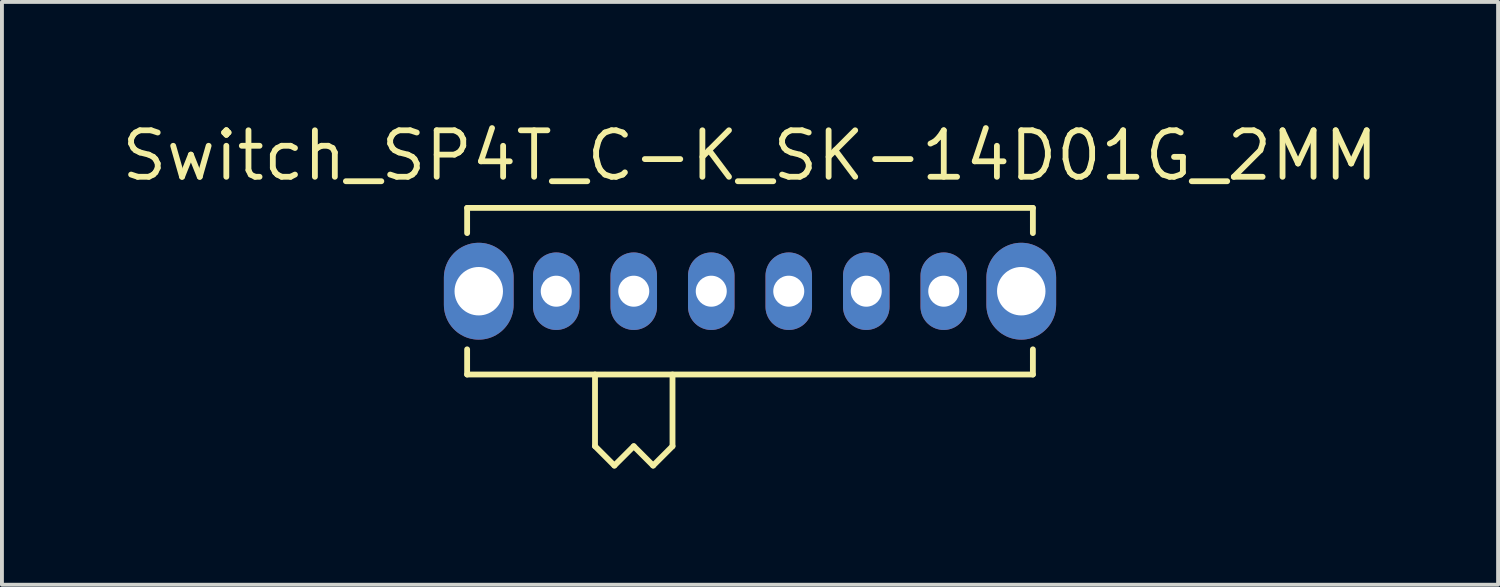
<source format=kicad_pcb>
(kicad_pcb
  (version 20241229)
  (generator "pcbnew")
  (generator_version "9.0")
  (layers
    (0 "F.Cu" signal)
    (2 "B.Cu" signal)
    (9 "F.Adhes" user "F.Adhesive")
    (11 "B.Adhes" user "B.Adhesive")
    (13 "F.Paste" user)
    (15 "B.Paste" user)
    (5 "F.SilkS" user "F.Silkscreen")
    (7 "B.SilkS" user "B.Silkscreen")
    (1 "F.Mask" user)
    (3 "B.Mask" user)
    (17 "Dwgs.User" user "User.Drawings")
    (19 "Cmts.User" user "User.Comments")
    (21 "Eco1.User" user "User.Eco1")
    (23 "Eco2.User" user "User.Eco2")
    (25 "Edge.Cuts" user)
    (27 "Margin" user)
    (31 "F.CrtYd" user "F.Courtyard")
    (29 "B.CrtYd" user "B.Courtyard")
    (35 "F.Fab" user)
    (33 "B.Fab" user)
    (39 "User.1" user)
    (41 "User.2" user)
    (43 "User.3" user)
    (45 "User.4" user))
  (footprint "Switch_SP4T_C-K_SK-14D01G_2MM"
    (layer "F.Cu")
    (at 16.305 4.465)
    (property "Reference" "Switch_SP4T_C-K_SK-14D01G_2MM" (at 0 -3.5 0) (layer "F.SilkS") (effects (font (size 1.2 1.2) (thickness 0.15))))
    (attr through_hole)
    (fp_line (start -7.3 -2.15) (end 7.3 -2.15) (stroke (width 0.15) (type solid)) (layer "F.SilkS"))
    (fp_line (start -7.3 -1.5) (end -7.3 -2.15) (stroke (width 0.15) (type solid)) (layer "F.SilkS"))
    (fp_line (start -7.3 2.15) (end -7.3 1.5) (stroke (width 0.15) (type solid)) (layer "F.SilkS"))
    (fp_line (start -4 2.15) (end -4 4) (stroke (width 0.15) (type solid)) (layer "F.SilkS"))
    (fp_line (start -4 4) (end -3.5 4.5) (stroke (width 0.15) (type solid)) (layer "F.SilkS"))
    (fp_line (start -3.5 4.5) (end -3 4) (stroke (width 0.15) (type solid)) (layer "F.SilkS"))
    (fp_line (start -3 4) (end -2.5 4.5) (stroke (width 0.15) (type solid)) (layer "F.SilkS"))
    (fp_line (start -2.5 4.5) (end -2 4) (stroke (width 0.15) (type solid)) (layer "F.SilkS"))
    (fp_line (start -2 4) (end -2 2.15) (stroke (width 0.15) (type solid)) (layer "F.SilkS"))
    (fp_line (start 7.3 -1.5) (end 7.3 -2.15) (stroke (width 0.15) (type solid)) (layer "F.SilkS"))
    (fp_line (start 7.3 2.15) (end -7.3 2.15) (stroke (width 0.15) (type solid)) (layer "F.SilkS"))
    (fp_line (start 7.3 2.15) (end 7.3 1.5) (stroke (width 0.15) (type solid)) (layer "F.SilkS"))
    (pad "1" thru_hole oval (at -5 0) (size 1.2 2) (drill 0.8) (layers "*.Cu" "*.Mask"))
    (pad "2" thru_hole oval (at -3 0) (size 1.2 2) (drill 0.8) (layers "*.Cu" "*.Mask"))
    (pad "3" thru_hole oval (at -1 0) (size 1.2 2) (drill 0.8) (layers "*.Cu" "*.Mask"))
    (pad "3" thru_hole oval (at 1 0) (size 1.2 2) (drill 0.8) (layers "*.Cu" "*.Mask"))
    (pad "4" thru_hole oval (at 3 0) (size 1.2 2) (drill 0.8) (layers "*.Cu" "*.Mask"))
    (pad "5" thru_hole oval (at 5 0) (size 1.2 2) (drill 0.8) (layers "*.Cu" "*.Mask"))
    (pad "6" thru_hole oval (at -7 0) (size 1.8 2.5) (drill 1.25) (layers "*.Cu" "*.Mask"))
    (pad "7" thru_hole oval (at 7 0) (size 1.8 2.5) (drill 1.25) (layers "*.Cu" "*.Mask")))
  (gr_rect
    (start -3 -3)
    (end 35.61 12.04)
    (stroke (width 0.1) (type default))
    (fill no)
    (layer "Edge.Cuts")))
</source>
